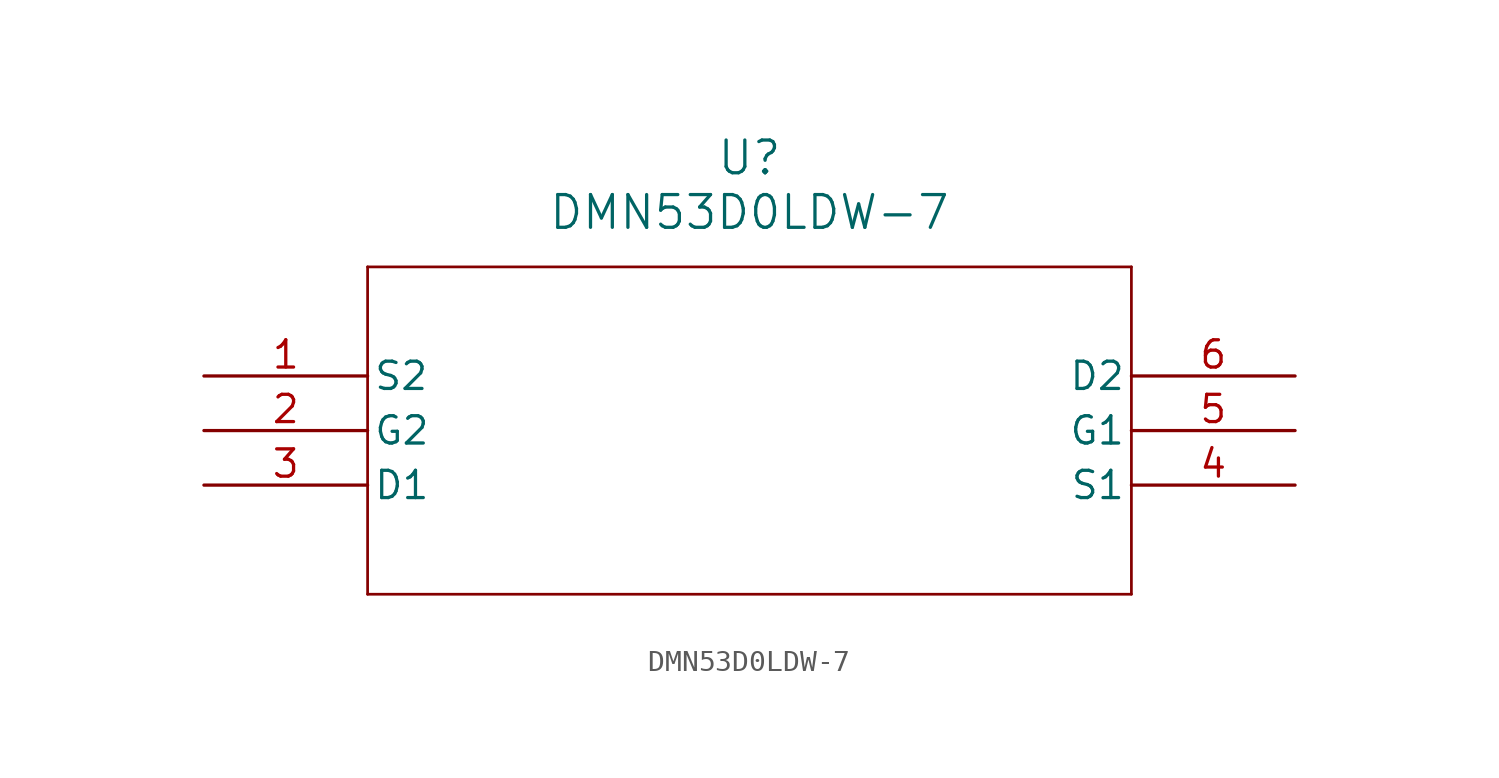
<source format=kicad_sym>
(kicad_symbol_lib
  (version 20211014)
  (generator kicad_symbol_editor)
  (symbol "DMN53D0LDW-7"
    (pin_names
      (offset 0.254))
    (property "Reference" "U"
      (at 25.4 10.16 0)
      (effects (font (size 1.524 1.524))))
    (property "Value" "DMN53D0LDW-7"
      (at 25.4 7.62 0)
      (effects (font (size 1.524 1.524))))
    (symbol "DMN53D0LDW-7_0_1"
      (polyline (pts (xy 7.62 5.08) (xy 7.62 -10.16)) (stroke (width 0.127) (type default) (color 0 0 0 0)) (fill (type none)))
      (polyline (pts (xy 7.62 -10.16) (xy 43.18 -10.16)) (stroke (width 0.127) (type default) (color 0 0 0 0)) (fill (type none)))
      (polyline (pts (xy 43.18 -10.16) (xy 43.18 5.08)) (stroke (width 0.127) (type default) (color 0 0 0 0)) (fill (type none)))
      (polyline (pts (xy 43.18 5.08) (xy 7.62 5.08)) (stroke (width 0.127) (type default) (color 0 0 0 0)) (fill (type none)))
      (pin unspecified line (at 0 0 0) (length 7.62) (name "S2" (effects (font (size 1.27 1.27)))) (number "1" (effects (font (size 1.27 1.27)))))
      (pin unspecified line (at 0 -2.54 0) (length 7.62) (name "G2" (effects (font (size 1.27 1.27)))) (number "2" (effects (font (size 1.27 1.27)))))
      (pin unspecified line (at 0 -5.08 0) (length 7.62) (name "D1" (effects (font (size 1.27 1.27)))) (number "3" (effects (font (size 1.27 1.27)))))
      (pin unspecified line (at 50.8 -5.08 180) (length 7.62) (name "S1" (effects (font (size 1.27 1.27)))) (number "4" (effects (font (size 1.27 1.27)))))
      (pin unspecified line (at 50.8 -2.54 180) (length 7.62) (name "G1" (effects (font (size 1.27 1.27)))) (number "5" (effects (font (size 1.27 1.27)))))
      (pin unspecified line (at 50.8 0 180) (length 7.62) (name "D2" (effects (font (size 1.27 1.27)))) (number "6" (effects (font (size 1.27 1.27))))))))
</source>
